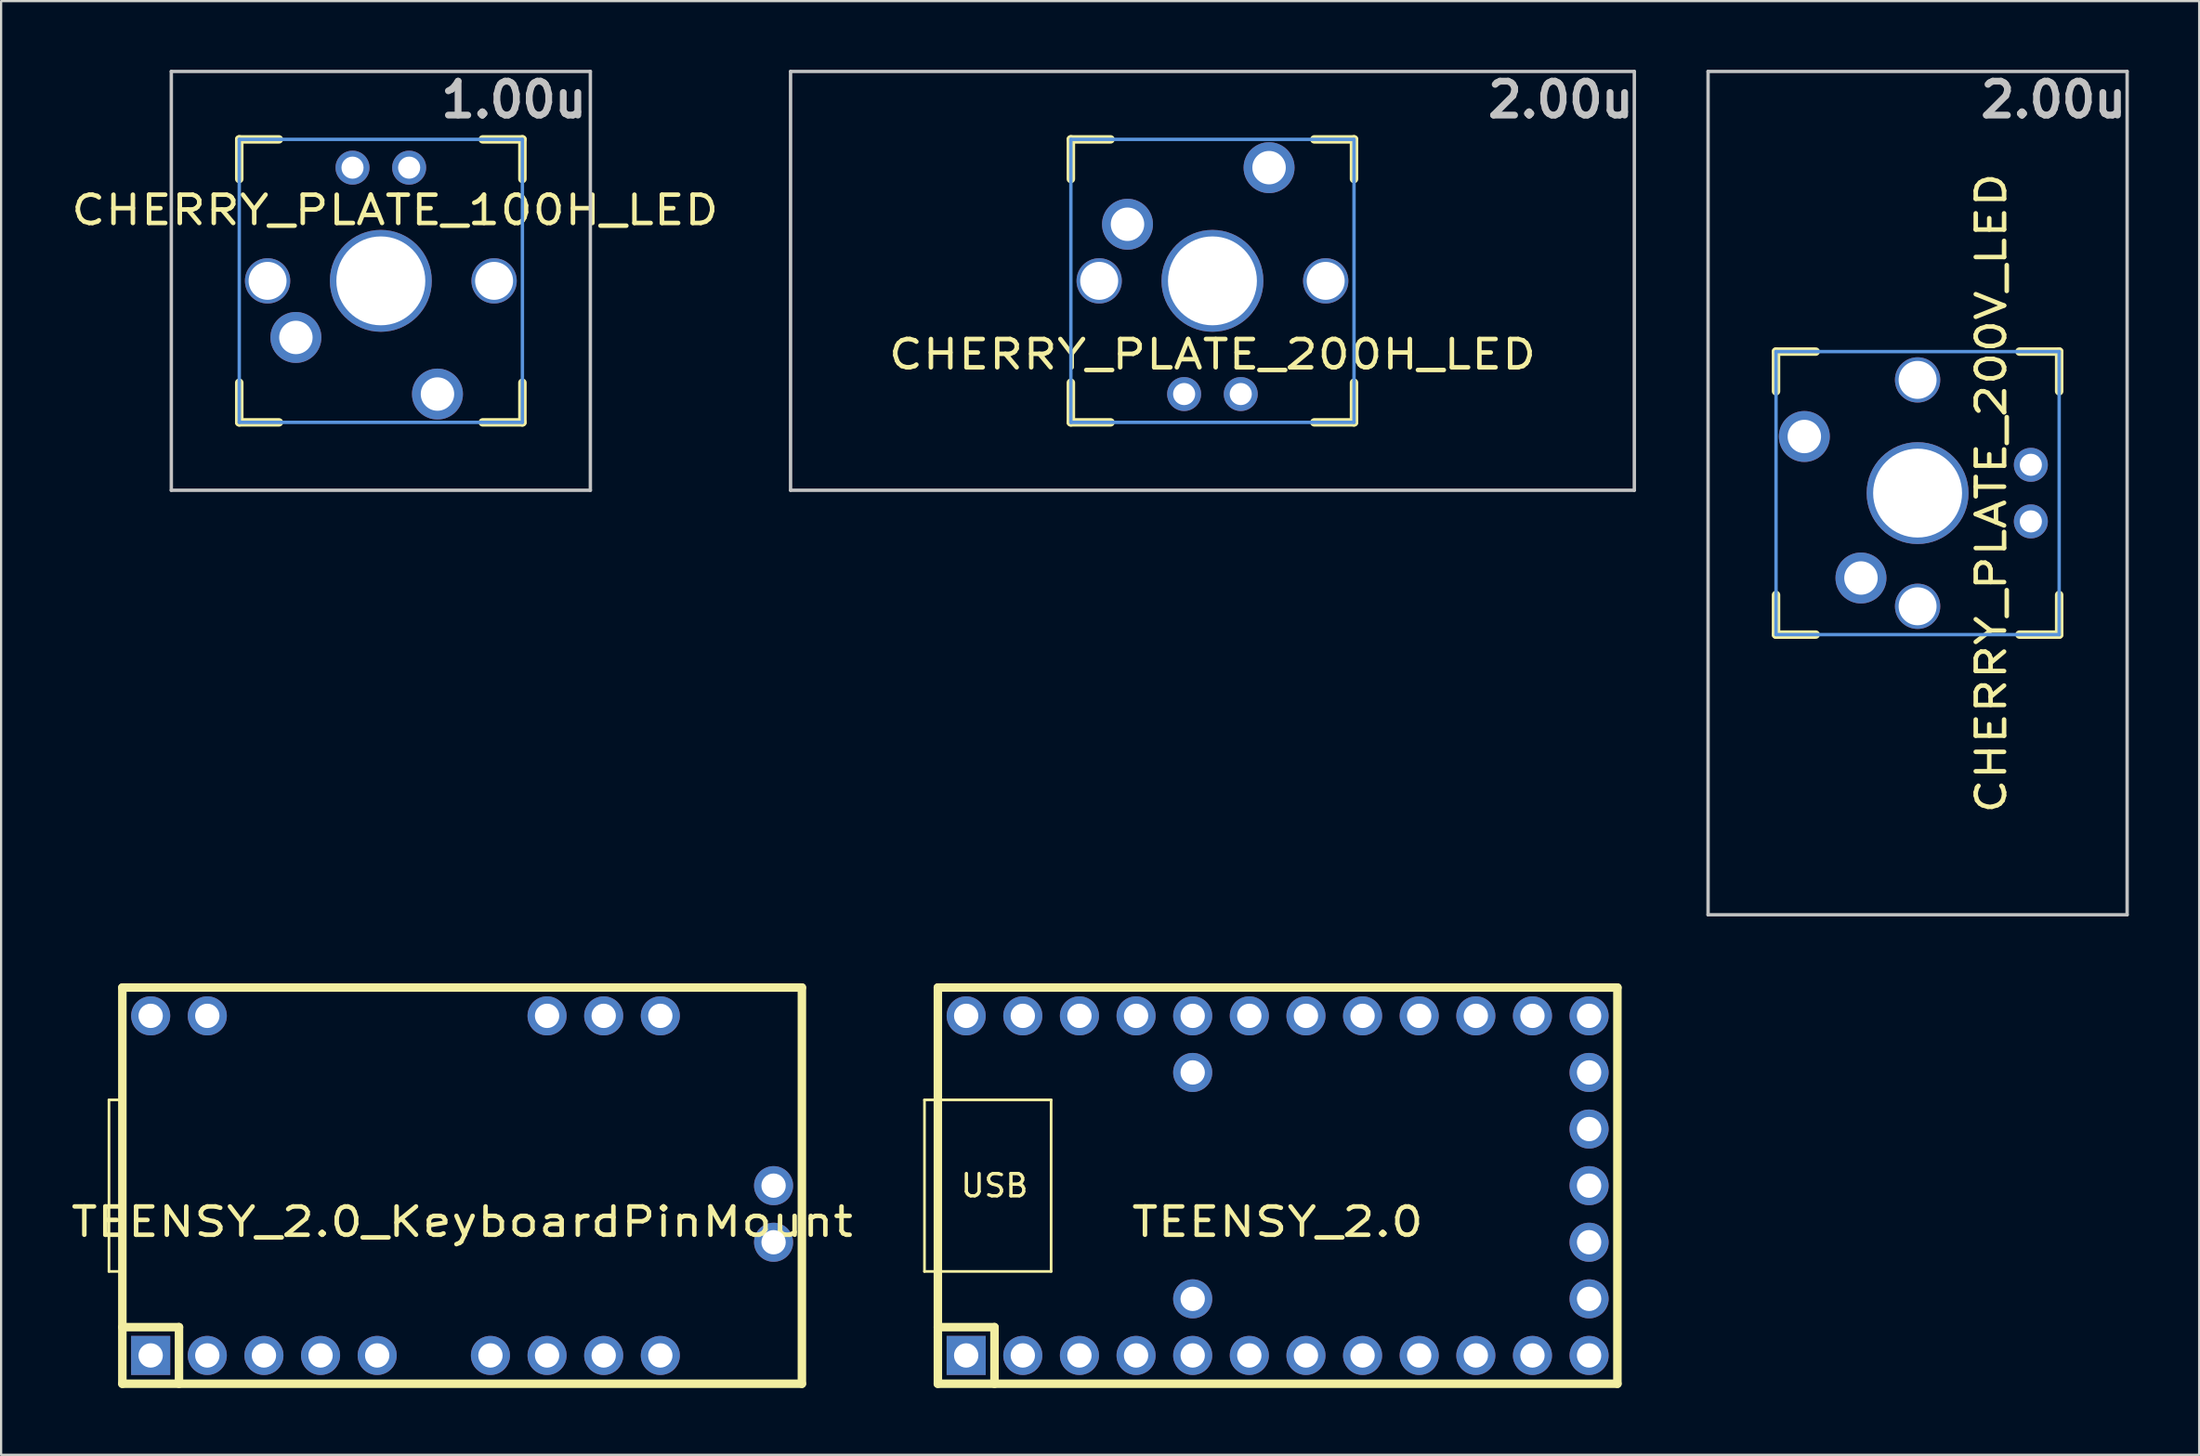
<source format=kicad_pcb>
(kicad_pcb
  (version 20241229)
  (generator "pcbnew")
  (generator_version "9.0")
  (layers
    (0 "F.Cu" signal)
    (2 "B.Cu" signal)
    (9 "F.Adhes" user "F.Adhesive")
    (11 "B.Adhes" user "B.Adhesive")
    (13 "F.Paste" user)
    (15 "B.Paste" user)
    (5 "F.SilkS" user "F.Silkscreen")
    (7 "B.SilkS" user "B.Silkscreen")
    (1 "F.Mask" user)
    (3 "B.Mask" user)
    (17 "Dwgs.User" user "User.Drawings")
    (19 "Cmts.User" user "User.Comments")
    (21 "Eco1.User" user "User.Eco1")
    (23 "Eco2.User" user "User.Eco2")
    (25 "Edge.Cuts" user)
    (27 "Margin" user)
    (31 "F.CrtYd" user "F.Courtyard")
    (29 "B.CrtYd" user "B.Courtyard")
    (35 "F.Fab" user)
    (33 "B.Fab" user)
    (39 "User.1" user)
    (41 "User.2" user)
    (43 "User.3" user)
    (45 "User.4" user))
  (footprint "TEENSY_2.0_KeyboardPinMount"
    (layer "F.Cu")
    (at 17.678 50.159)
    (property "Reference" "TEENSY_2.0_KeyboardPinMount" (at 0 1.625 0) (layer "F.SilkS") (effects (font (size 1.27 1.524) (thickness 0.203))))
    (attr through_hole)
    (fp_line (start -15.84 -3.85) (end -15.24 -3.85) (stroke (width 0.12) (type solid)) (layer "F.SilkS"))
    (fp_line (start -15.84 3.85) (end -15.84 -3.85) (stroke (width 0.12) (type solid)) (layer "F.SilkS"))
    (fp_line (start -15.24 -8.89) (end -15.24 8.89) (stroke (width 0.381) (type solid)) (layer "F.SilkS"))
    (fp_line (start -15.24 3.85) (end -15.84 3.85) (stroke (width 0.12) (type solid)) (layer "F.SilkS"))
    (fp_line (start -15.24 6.35) (end -12.7 6.35) (stroke (width 0.381) (type solid)) (layer "F.SilkS"))
    (fp_line (start -15.24 8.89) (end 15.24 8.89) (stroke (width 0.381) (type solid)) (layer "F.SilkS"))
    (fp_line (start -12.7 6.35) (end -12.7 8.89) (stroke (width 0.381) (type solid)) (layer "F.SilkS"))
    (fp_line (start 15.24 -8.89) (end -15.24 -8.89) (stroke (width 0.381) (type solid)) (layer "F.SilkS"))
    (fp_line (start 15.24 8.89) (end 15.24 -8.89) (stroke (width 0.381) (type solid)) (layer "F.SilkS"))
    (pad "1" thru_hole rect (at -13.97 7.62) (size 1.753 1.753) (drill 1.092) (layers "*.Cu" "*.Mask"))
    (pad "2" thru_hole circle (at -11.43 7.62) (size 1.753 1.753) (drill 1.092) (layers "*.Cu" "*.Mask"))
    (pad "3" thru_hole circle (at -8.89 7.62) (size 1.753 1.753) (drill 1.092) (layers "*.Cu" "*.Mask"))
    (pad "4" thru_hole circle (at -6.35 7.62) (size 1.753 1.753) (drill 1.092) (layers "*.Cu" "*.Mask"))
    (pad "5" thru_hole circle (at -3.81 7.62) (size 1.753 1.753) (drill 1.092) (layers "*.Cu" "*.Mask"))
    (pad "7" thru_hole circle (at 1.27 7.62) (size 1.753 1.753) (drill 1.092) (layers "*.Cu" "*.Mask"))
    (pad "8" thru_hole circle (at 3.81 7.62) (size 1.753 1.753) (drill 1.092) (layers "*.Cu" "*.Mask"))
    (pad "9" thru_hole circle (at 6.35 7.62) (size 1.753 1.753) (drill 1.092) (layers "*.Cu" "*.Mask"))
    (pad "10" thru_hole circle (at 8.89 7.62) (size 1.753 1.753) (drill 1.092) (layers "*.Cu" "*.Mask"))
    (pad "14" thru_hole circle (at 13.97 2.54 270) (size 1.753 1.753) (drill 1.092) (layers "*.Cu" "*.Mask"))
    (pad "15" thru_hole circle (at 13.97 0 270) (size 1.753 1.753) (drill 1.092) (layers "*.Cu" "*.Mask"))
    (pad "20" thru_hole circle (at 8.89 -7.62) (size 1.753 1.753) (drill 1.092) (layers "*.Cu" "*.Mask"))
    (pad "21" thru_hole circle (at 6.35 -7.62) (size 1.753 1.753) (drill 1.092) (layers "*.Cu" "*.Mask"))
    (pad "22" thru_hole circle (at 3.81 -7.62) (size 1.753 1.753) (drill 1.092) (layers "*.Cu" "*.Mask"))
    (pad "28" thru_hole circle (at -11.43 -7.62) (size 1.753 1.753) (drill 1.092) (layers "*.Cu" "*.Mask"))
    (pad "29" thru_hole circle (at -13.97 -7.62) (size 1.753 1.753) (drill 1.092) (layers "*.Cu" "*.Mask")))
  (footprint "CHERRY_PLATE_200V_LED"
    (layer "F.Cu")
    (at 82.962 19.079)
    (property "Reference" "CHERRY_PLATE_200V_LED" (at 3.302 0 90) (layer "F.SilkS") (effects (font (size 1.27 1.524) (thickness 0.203))))
    (attr through_hole)
    (fp_line (start -6.35 -6.35) (end -4.572 -6.35) (stroke (width 0.381) (type solid)) (layer "F.SilkS"))
    (fp_line (start -6.35 -4.572) (end -6.35 -6.35) (stroke (width 0.381) (type solid)) (layer "F.SilkS"))
    (fp_line (start -6.35 6.35) (end -6.35 4.572) (stroke (width 0.381) (type solid)) (layer "F.SilkS"))
    (fp_line (start -4.572 6.35) (end -6.35 6.35) (stroke (width 0.381) (type solid)) (layer "F.SilkS"))
    (fp_line (start 4.572 -6.35) (end 6.35 -6.35) (stroke (width 0.381) (type solid)) (layer "F.SilkS"))
    (fp_line (start 6.35 -6.35) (end 6.35 -4.572) (stroke (width 0.381) (type solid)) (layer "F.SilkS"))
    (fp_line (start 6.35 4.572) (end 6.35 6.35) (stroke (width 0.381) (type solid)) (layer "F.SilkS"))
    (fp_line (start 6.35 6.35) (end 4.572 6.35) (stroke (width 0.381) (type solid)) (layer "F.SilkS"))
    (fp_line (start -9.398 -18.923) (end 9.398 -18.923) (stroke (width 0.152) (type solid)) (layer "Dwgs.User"))
    (fp_line (start -9.398 18.923) (end -9.398 -18.923) (stroke (width 0.152) (type solid)) (layer "Dwgs.User"))
    (fp_line (start 9.398 -18.923) (end 9.398 18.923) (stroke (width 0.152) (type solid)) (layer "Dwgs.User"))
    (fp_line (start 9.398 18.923) (end -9.398 18.923) (stroke (width 0.152) (type solid)) (layer "Dwgs.User"))
    (fp_line (start -6.35 -6.35) (end 6.35 -6.35) (stroke (width 0.152) (type solid)) (layer "Cmts.User"))
    (fp_line (start -6.35 6.35) (end -6.35 -6.35) (stroke (width 0.152) (type solid)) (layer "Cmts.User"))
    (fp_line (start 6.35 -6.35) (end 6.35 6.35) (stroke (width 0.152) (type solid)) (layer "Cmts.User"))
    (fp_line (start 6.35 6.35) (end -6.35 6.35) (stroke (width 0.152) (type solid)) (layer "Cmts.User"))
    (fp_text user "2.00u" (at 6.096 -17.653 0) (layer "Dwgs.User") (effects (font (size 1.524 1.524) (thickness 0.305))))
    (pad "" thru_hole circle (at 0 -5.08) (size 2.032 2.032) (drill 1.702) (layers "*.Cu" "*.Mask"))
    (pad "" thru_hole circle (at 0 0) (size 4.572 4.572) (drill 3.988) (layers "*.Cu" "*.Mask"))
    (pad "" thru_hole circle (at 0 5.08) (size 2.032 2.032) (drill 1.702) (layers "*.Cu" "*.Mask"))
    (pad "1" thru_hole circle (at -5.08 -2.54 90) (size 2.286 2.286) (drill 1.499) (layers "*.Cu" "*.Mask"))
    (pad "2" thru_hole circle (at -2.54 3.81 90) (size 2.286 2.286) (drill 1.499) (layers "*.Cu" "*.Mask"))
    (pad "3" thru_hole circle (at 5.08 -1.27 90) (size 1.524 1.524) (drill 0.991) (layers "*.Cu" "*.Mask"))
    (pad "4" thru_hole circle (at 5.08 1.27 90) (size 1.524 1.524) (drill 0.991) (layers "*.Cu" "*.Mask")))
  (footprint "TEENSY_2.0"
    (layer "F.Cu")
    (at 54.257 50.159)
    (property "Reference" "TEENSY_2.0" (at 0 1.625 0) (layer "F.SilkS") (effects (font (size 1.27 1.524) (thickness 0.203))))
    (attr through_hole)
    (fp_line (start -15.84 -3.85) (end -10.16 -3.85) (stroke (width 0.12) (type solid)) (layer "F.SilkS"))
    (fp_line (start -15.84 3.85) (end -15.84 -3.85) (stroke (width 0.12) (type solid)) (layer "F.SilkS"))
    (fp_line (start -15.24 -8.89) (end -15.24 8.89) (stroke (width 0.381) (type solid)) (layer "F.SilkS"))
    (fp_line (start -15.24 6.35) (end -12.7 6.35) (stroke (width 0.381) (type solid)) (layer "F.SilkS"))
    (fp_line (start -15.24 8.89) (end 15.24 8.89) (stroke (width 0.381) (type solid)) (layer "F.SilkS"))
    (fp_line (start -12.7 6.35) (end -12.7 8.89) (stroke (width 0.381) (type solid)) (layer "F.SilkS"))
    (fp_line (start -10.16 -3.85) (end -10.16 3.85) (stroke (width 0.12) (type solid)) (layer "F.SilkS"))
    (fp_line (start -10.16 3.85) (end -15.84 3.85) (stroke (width 0.12) (type solid)) (layer "F.SilkS"))
    (fp_line (start 15.24 -8.89) (end -15.24 -8.89) (stroke (width 0.381) (type solid)) (layer "F.SilkS"))
    (fp_line (start 15.24 8.89) (end 15.24 -8.89) (stroke (width 0.381) (type solid)) (layer "F.SilkS"))
    (fp_text user "USB" (at -12.7 0 0) (layer "F.SilkS") (effects (font (size 1 1) (thickness 0.15))))
    (pad "1" thru_hole rect (at -13.97 7.62) (size 1.753 1.753) (drill 1.092) (layers "*.Cu" "*.Mask"))
    (pad "2" thru_hole circle (at -11.43 7.62) (size 1.753 1.753) (drill 1.092) (layers "*.Cu" "*.Mask"))
    (pad "3" thru_hole circle (at -8.89 7.62) (size 1.753 1.753) (drill 1.092) (layers "*.Cu" "*.Mask"))
    (pad "4" thru_hole circle (at -6.35 7.62) (size 1.753 1.753) (drill 1.092) (layers "*.Cu" "*.Mask"))
    (pad "5" thru_hole circle (at -3.81 7.62) (size 1.753 1.753) (drill 1.092) (layers "*.Cu" "*.Mask"))
    (pad "6" thru_hole circle (at -1.27 7.62) (size 1.753 1.753) (drill 1.092) (layers "*.Cu" "*.Mask"))
    (pad "7" thru_hole circle (at 1.27 7.62) (size 1.753 1.753) (drill 1.092) (layers "*.Cu" "*.Mask"))
    (pad "8" thru_hole circle (at 3.81 7.62) (size 1.753 1.753) (drill 1.092) (layers "*.Cu" "*.Mask"))
    (pad "9" thru_hole circle (at 6.35 7.62) (size 1.753 1.753) (drill 1.092) (layers "*.Cu" "*.Mask"))
    (pad "10" thru_hole circle (at 8.89 7.62) (size 1.753 1.753) (drill 1.092) (layers "*.Cu" "*.Mask"))
    (pad "11" thru_hole circle (at 11.43 7.62) (size 1.753 1.753) (drill 1.092) (layers "*.Cu" "*.Mask"))
    (pad "12" thru_hole circle (at 13.97 7.62) (size 1.753 1.753) (drill 1.092) (layers "*.Cu" "*.Mask"))
    (pad "13" thru_hole circle (at 13.97 5.08 270) (size 1.753 1.753) (drill 1.092) (layers "*.Cu" "*.Mask"))
    (pad "14" thru_hole circle (at 13.97 2.54 270) (size 1.753 1.753) (drill 1.092) (layers "*.Cu" "*.Mask"))
    (pad "15" thru_hole circle (at 13.97 0 270) (size 1.753 1.753) (drill 1.092) (layers "*.Cu" "*.Mask"))
    (pad "16" thru_hole circle (at 13.97 -2.54 270) (size 1.753 1.753) (drill 1.092) (layers "*.Cu" "*.Mask"))
    (pad "17" thru_hole circle (at 13.97 -5.08 270) (size 1.753 1.753) (drill 1.092) (layers "*.Cu" "*.Mask"))
    (pad "18" thru_hole circle (at 13.97 -7.62) (size 1.753 1.753) (drill 1.092) (layers "*.Cu" "*.Mask"))
    (pad "19" thru_hole circle (at 11.43 -7.62) (size 1.753 1.753) (drill 1.092) (layers "*.Cu" "*.Mask"))
    (pad "20" thru_hole circle (at 8.89 -7.62) (size 1.753 1.753) (drill 1.092) (layers "*.Cu" "*.Mask"))
    (pad "21" thru_hole circle (at 6.35 -7.62) (size 1.753 1.753) (drill 1.092) (layers "*.Cu" "*.Mask"))
    (pad "22" thru_hole circle (at 3.81 -7.62) (size 1.753 1.753) (drill 1.092) (layers "*.Cu" "*.Mask"))
    (pad "23" thru_hole circle (at 1.27 -7.62) (size 1.753 1.753) (drill 1.092) (layers "*.Cu" "*.Mask"))
    (pad "24" thru_hole circle (at -1.27 -7.62) (size 1.753 1.753) (drill 1.092) (layers "*.Cu" "*.Mask"))
    (pad "25" thru_hole circle (at -3.81 -7.62) (size 1.753 1.753) (drill 1.092) (layers "*.Cu" "*.Mask"))
    (pad "26" thru_hole circle (at -6.35 -7.62) (size 1.753 1.753) (drill 1.092) (layers "*.Cu" "*.Mask"))
    (pad "27" thru_hole circle (at -8.89 -7.62) (size 1.753 1.753) (drill 1.092) (layers "*.Cu" "*.Mask"))
    (pad "28" thru_hole circle (at -11.43 -7.62) (size 1.753 1.753) (drill 1.092) (layers "*.Cu" "*.Mask"))
    (pad "29" thru_hole circle (at -13.97 -7.62) (size 1.753 1.753) (drill 1.092) (layers "*.Cu" "*.Mask"))
    (pad "30" thru_hole circle (at -3.81 -5.08 270) (size 1.753 1.753) (drill 1.092) (layers "*.Cu" "*.Mask"))
    (pad "31" thru_hole circle (at -3.81 5.08 270) (size 1.753 1.753) (drill 1.092) (layers "*.Cu" "*.Mask")))
  (footprint "CHERRY_PLATE_100H_LED"
    (layer "F.Cu")
    (at 14.032 9.554)
    (property "Reference" "CHERRY_PLATE_100H_LED" (at 0.635 -3.175 0) (layer "F.SilkS") (effects (font (size 1.27 1.524) (thickness 0.203))))
    (attr through_hole)
    (fp_line (start -6.35 -6.35) (end -4.572 -6.35) (stroke (width 0.381) (type solid)) (layer "F.SilkS"))
    (fp_line (start -6.35 -4.572) (end -6.35 -6.35) (stroke (width 0.381) (type solid)) (layer "F.SilkS"))
    (fp_line (start -6.35 6.35) (end -6.35 4.572) (stroke (width 0.381) (type solid)) (layer "F.SilkS"))
    (fp_line (start -4.572 6.35) (end -6.35 6.35) (stroke (width 0.381) (type solid)) (layer "F.SilkS"))
    (fp_line (start 4.572 -6.35) (end 6.35 -6.35) (stroke (width 0.381) (type solid)) (layer "F.SilkS"))
    (fp_line (start 6.35 -6.35) (end 6.35 -4.572) (stroke (width 0.381) (type solid)) (layer "F.SilkS"))
    (fp_line (start 6.35 4.572) (end 6.35 6.35) (stroke (width 0.381) (type solid)) (layer "F.SilkS"))
    (fp_line (start 6.35 6.35) (end 4.572 6.35) (stroke (width 0.381) (type solid)) (layer "F.SilkS"))
    (fp_line (start -9.398 -9.398) (end 9.398 -9.398) (stroke (width 0.152) (type solid)) (layer "Dwgs.User"))
    (fp_line (start -9.398 9.398) (end -9.398 -9.398) (stroke (width 0.152) (type solid)) (layer "Dwgs.User"))
    (fp_line (start 9.398 -9.398) (end 9.398 9.398) (stroke (width 0.152) (type solid)) (layer "Dwgs.User"))
    (fp_line (start 9.398 9.398) (end -9.398 9.398) (stroke (width 0.152) (type solid)) (layer "Dwgs.User"))
    (fp_line (start -6.35 -6.35) (end 6.35 -6.35) (stroke (width 0.152) (type solid)) (layer "Cmts.User"))
    (fp_line (start -6.35 6.35) (end -6.35 -6.35) (stroke (width 0.152) (type solid)) (layer "Cmts.User"))
    (fp_line (start 6.35 -6.35) (end 6.35 6.35) (stroke (width 0.152) (type solid)) (layer "Cmts.User"))
    (fp_line (start 6.35 6.35) (end -6.35 6.35) (stroke (width 0.152) (type solid)) (layer "Cmts.User"))
    (fp_text user "1.00u" (at 5.969 -8.128 0) (layer "Dwgs.User") (effects (font (size 1.524 1.524) (thickness 0.305))))
    (pad "" thru_hole circle (at -5.08 0) (size 2.032 2.032) (drill 1.702) (layers "*.Cu" "*.Mask"))
    (pad "" thru_hole circle (at 0 0) (size 4.572 4.572) (drill 3.988) (layers "*.Cu" "*.Mask"))
    (pad "" thru_hole circle (at 5.08 0) (size 2.032 2.032) (drill 1.702) (layers "*.Cu" "*.Mask"))
    (pad "1" thru_hole circle (at 2.54 5.08) (size 2.286 2.286) (drill 1.499) (layers "*.Cu" "*.Mask"))
    (pad "2" thru_hole circle (at -3.81 2.54) (size 2.286 2.286) (drill 1.499) (layers "*.Cu" "*.Mask"))
    (pad "3" thru_hole circle (at 1.27 -5.08) (size 1.524 1.524) (drill 0.991) (layers "*.Cu" "*.Mask"))
    (pad "4" thru_hole circle (at -1.27 -5.08) (size 1.524 1.524) (drill 0.991) (layers "*.Cu" "*.Mask")))
  (footprint "CHERRY_PLATE_200H_LED"
    (layer "F.Cu")
    (at 51.333 9.554)
    (property "Reference" "CHERRY_PLATE_200H_LED" (at 0 3.302 0) (layer "F.SilkS") (effects (font (size 1.27 1.524) (thickness 0.203))))
    (attr through_hole)
    (fp_line (start -6.35 -6.35) (end -4.572 -6.35) (stroke (width 0.381) (type solid)) (layer "F.SilkS"))
    (fp_line (start -6.35 -4.572) (end -6.35 -6.35) (stroke (width 0.381) (type solid)) (layer "F.SilkS"))
    (fp_line (start -6.35 6.35) (end -6.35 4.572) (stroke (width 0.381) (type solid)) (layer "F.SilkS"))
    (fp_line (start -4.572 6.35) (end -6.35 6.35) (stroke (width 0.381) (type solid)) (layer "F.SilkS"))
    (fp_line (start 4.572 -6.35) (end 6.35 -6.35) (stroke (width 0.381) (type solid)) (layer "F.SilkS"))
    (fp_line (start 6.35 -6.35) (end 6.35 -4.572) (stroke (width 0.381) (type solid)) (layer "F.SilkS"))
    (fp_line (start 6.35 4.572) (end 6.35 6.35) (stroke (width 0.381) (type solid)) (layer "F.SilkS"))
    (fp_line (start 6.35 6.35) (end 4.572 6.35) (stroke (width 0.381) (type solid)) (layer "F.SilkS"))
    (fp_line (start -18.923 -9.398) (end 18.923 -9.398) (stroke (width 0.152) (type solid)) (layer "Dwgs.User"))
    (fp_line (start -18.923 9.398) (end -18.923 -9.398) (stroke (width 0.152) (type solid)) (layer "Dwgs.User"))
    (fp_line (start 18.923 -9.398) (end 18.923 9.398) (stroke (width 0.152) (type solid)) (layer "Dwgs.User"))
    (fp_line (start 18.923 9.398) (end -18.923 9.398) (stroke (width 0.152) (type solid)) (layer "Dwgs.User"))
    (fp_line (start -6.35 -6.35) (end 6.35 -6.35) (stroke (width 0.152) (type solid)) (layer "Cmts.User"))
    (fp_line (start -6.35 6.35) (end -6.35 -6.35) (stroke (width 0.152) (type solid)) (layer "Cmts.User"))
    (fp_line (start 6.35 -6.35) (end 6.35 6.35) (stroke (width 0.152) (type solid)) (layer "Cmts.User"))
    (fp_line (start 6.35 6.35) (end -6.35 6.35) (stroke (width 0.152) (type solid)) (layer "Cmts.User"))
    (fp_text user "2.00u" (at 15.621 -8.128 0) (layer "Dwgs.User") (effects (font (size 1.524 1.524) (thickness 0.305))))
    (pad "" thru_hole circle (at -5.08 0) (size 2.032 2.032) (drill 1.702) (layers "*.Cu" "*.Mask"))
    (pad "" thru_hole circle (at 0 0) (size 4.572 4.572) (drill 3.988) (layers "*.Cu" "*.Mask"))
    (pad "" thru_hole circle (at 5.08 0) (size 2.032 2.032) (drill 1.702) (layers "*.Cu" "*.Mask"))
    (pad "1" thru_hole circle (at 2.54 -5.08) (size 2.286 2.286) (drill 1.499) (layers "*.Cu" "*.Mask"))
    (pad "2" thru_hole circle (at -3.81 -2.54) (size 2.286 2.286) (drill 1.499) (layers "*.Cu" "*.Mask"))
    (pad "3" thru_hole circle (at 1.27 5.08) (size 1.524 1.524) (drill 0.991) (layers "*.Cu" "*.Mask"))
    (pad "4" thru_hole circle (at -1.27 5.08) (size 1.524 1.524) (drill 0.991) (layers "*.Cu" "*.Mask")))
  (gr_rect
    (start -3 -3)
    (end 95.592 62.24)
    (stroke (width 0.1) (type default))
    (fill no)
    (layer "Edge.Cuts")))
</source>
